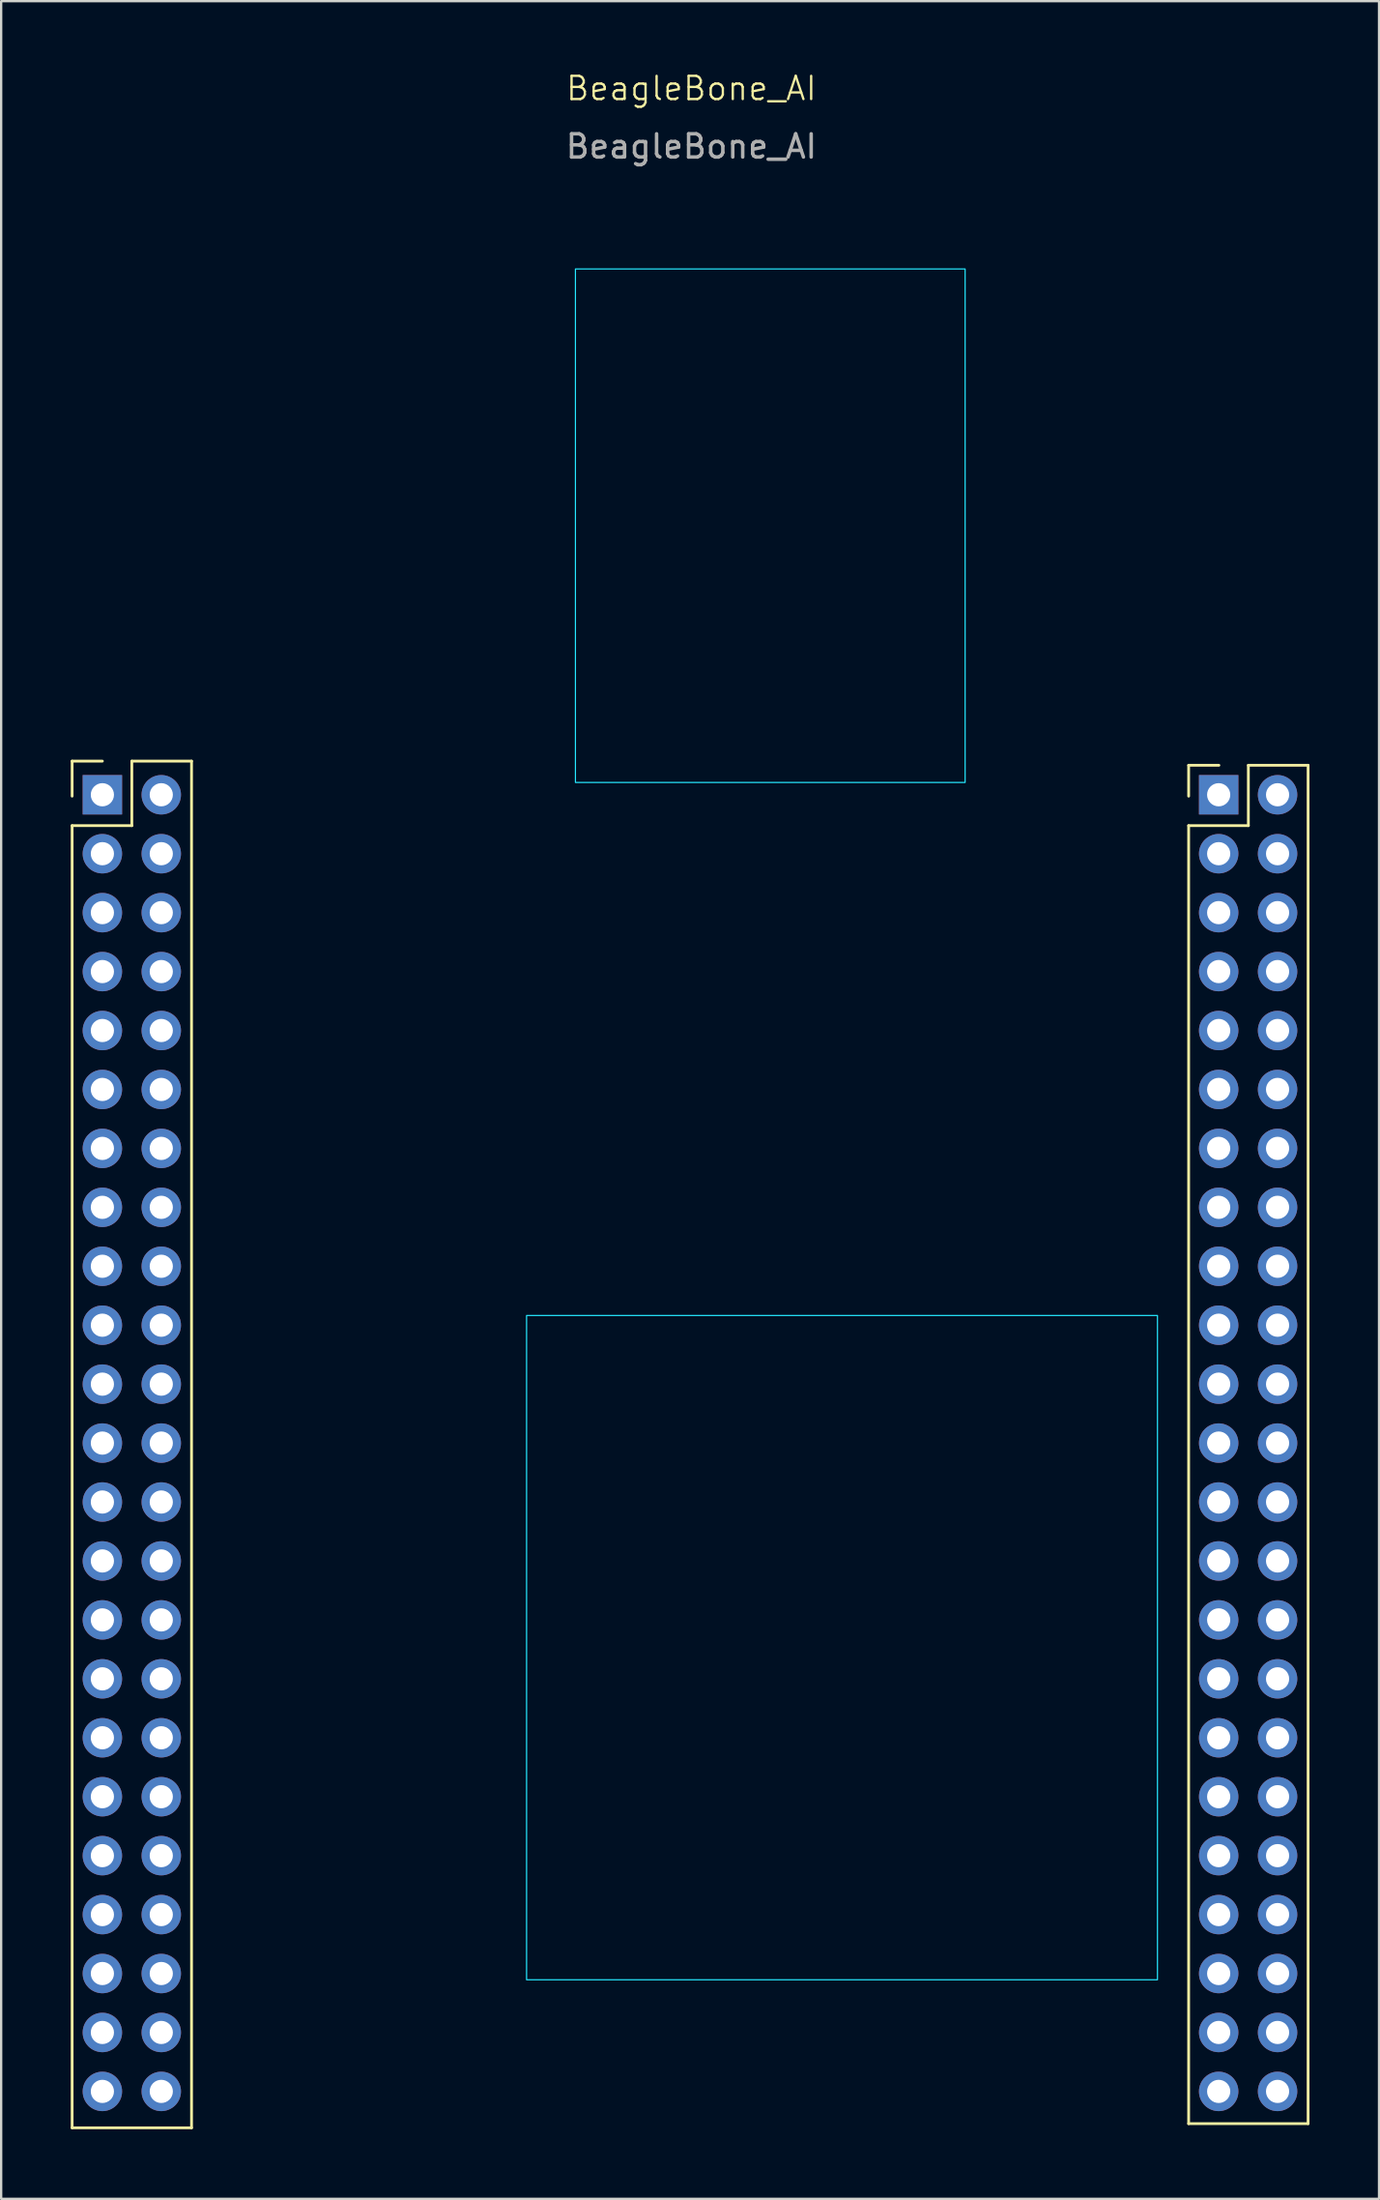
<source format=kicad_pcb>
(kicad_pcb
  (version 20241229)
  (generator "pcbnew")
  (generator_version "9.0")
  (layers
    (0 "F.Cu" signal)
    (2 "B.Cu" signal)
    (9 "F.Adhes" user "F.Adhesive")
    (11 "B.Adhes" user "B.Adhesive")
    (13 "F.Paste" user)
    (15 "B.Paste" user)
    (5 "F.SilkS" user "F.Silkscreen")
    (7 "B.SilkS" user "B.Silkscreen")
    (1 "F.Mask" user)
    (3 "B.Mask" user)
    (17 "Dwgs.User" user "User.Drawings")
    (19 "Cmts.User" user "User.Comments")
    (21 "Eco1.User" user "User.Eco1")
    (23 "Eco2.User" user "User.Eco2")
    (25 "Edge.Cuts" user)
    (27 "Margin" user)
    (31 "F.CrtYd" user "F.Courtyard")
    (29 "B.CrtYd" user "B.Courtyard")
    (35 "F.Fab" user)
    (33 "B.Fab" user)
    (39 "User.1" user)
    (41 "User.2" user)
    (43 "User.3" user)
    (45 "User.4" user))
  (footprint "BeagleBone_AI"
    (layer "F.Cu")
    (at 26.765 59.141)
    (property "Reference" "BeagleBone_AI" (at 0 -58.38 0) (unlocked yes) (layer "F.SilkS") (effects (font (size 1 1) (thickness 0.1))))
    (attr smd)
    (fp_line (start -26.705 -29.39) (end -25.4 -29.39) (stroke (width 0.12) (type solid)) (layer "F.SilkS"))
    (fp_line (start -26.705 -27.88) (end -26.705 -29.39) (stroke (width 0.12) (type solid)) (layer "F.SilkS"))
    (fp_line (start -26.705 -26.61) (end -26.705 29.51) (stroke (width 0.12) (type solid)) (layer "F.SilkS"))
    (fp_line (start -26.705 -26.61) (end -24.13 -26.61) (stroke (width 0.12) (type solid)) (layer "F.SilkS"))
    (fp_line (start -26.705 29.51) (end -21.555 29.51) (stroke (width 0.12) (type solid)) (layer "F.SilkS"))
    (fp_line (start -24.13 -29.39) (end -21.555 -29.39) (stroke (width 0.12) (type solid)) (layer "F.SilkS"))
    (fp_line (start -24.13 -26.61) (end -24.13 -29.39) (stroke (width 0.12) (type solid)) (layer "F.SilkS"))
    (fp_line (start -21.555 -29.39) (end -21.555 29.51) (stroke (width 0.12) (type solid)) (layer "F.SilkS"))
    (fp_line (start 21.445 -29.21) (end 22.75 -29.21) (stroke (width 0.12) (type solid)) (layer "F.SilkS"))
    (fp_line (start 21.445 -27.88) (end 21.445 -29.21) (stroke (width 0.12) (type solid)) (layer "F.SilkS"))
    (fp_line (start 21.445 -26.61) (end 21.445 29.33) (stroke (width 0.12) (type solid)) (layer "F.SilkS"))
    (fp_line (start 21.445 -26.61) (end 24.02 -26.61) (stroke (width 0.12) (type solid)) (layer "F.SilkS"))
    (fp_line (start 21.445 29.33) (end 26.596 29.33) (stroke (width 0.12) (type solid)) (layer "F.SilkS"))
    (fp_line (start 24.02 -29.21) (end 26.596 -29.21) (stroke (width 0.12) (type solid)) (layer "F.SilkS"))
    (fp_line (start 24.02 -26.61) (end 24.02 -29.21) (stroke (width 0.12) (type solid)) (layer "F.SilkS"))
    (fp_line (start 26.596 -29.21) (end 26.596 29.33) (stroke (width 0.12) (type solid)) (layer "F.SilkS"))
    (fp_rect (start -7.106 -5.5) (end 20.1 23.13) (stroke (width 0.05) (type solid)) (fill no) (layer "B.CrtYd"))
    (fp_rect (start -5 -50.6) (end 11.806 -28.47) (stroke (width 0.05) (type solid)) (fill no) (layer "B.CrtYd"))
    (fp_text user "${REFERENCE}" (at 0 -55.88 0) (unlocked yes) (layer "F.Fab") (effects (font (size 1 1) (thickness 0.15))))
    (pad "P8_1" thru_hole rect (at 22.74 -27.94) (size 1.7 1.7) (drill 1) (layers "*.Cu" "*.Mask"))
    (pad "P8_2" thru_hole oval (at 25.28 -27.94) (size 1.7 1.7) (drill 1) (layers "*.Cu" "*.Mask"))
    (pad "P8_3" thru_hole oval (at 22.74 -25.4) (size 1.7 1.7) (drill 1) (layers "*.Cu" "*.Mask"))
    (pad "P8_4" thru_hole oval (at 25.28 -25.4) (size 1.7 1.7) (drill 1) (layers "*.Cu" "*.Mask"))
    (pad "P8_5" thru_hole oval (at 22.74 -22.86) (size 1.7 1.7) (drill 1) (layers "*.Cu" "*.Mask"))
    (pad "P8_6" thru_hole oval (at 25.28 -22.86) (size 1.7 1.7) (drill 1) (layers "*.Cu" "*.Mask"))
    (pad "P8_7" thru_hole oval (at 22.74 -20.32) (size 1.7 1.7) (drill 1) (layers "*.Cu" "*.Mask"))
    (pad "P8_8" thru_hole oval (at 25.28 -20.32) (size 1.7 1.7) (drill 1) (layers "*.Cu" "*.Mask"))
    (pad "P8_9" thru_hole oval (at 22.74 -17.78) (size 1.7 1.7) (drill 1) (layers "*.Cu" "*.Mask"))
    (pad "P8_10" thru_hole oval (at 25.28 -17.78) (size 1.7 1.7) (drill 1) (layers "*.Cu" "*.Mask"))
    (pad "P8_11" thru_hole oval (at 22.74 -15.24) (size 1.7 1.7) (drill 1) (layers "*.Cu" "*.Mask"))
    (pad "P8_12" thru_hole oval (at 25.28 -15.24) (size 1.7 1.7) (drill 1) (layers "*.Cu" "*.Mask"))
    (pad "P8_13" thru_hole oval (at 22.74 -12.7) (size 1.7 1.7) (drill 1) (layers "*.Cu" "*.Mask"))
    (pad "P8_14" thru_hole oval (at 25.28 -12.7) (size 1.7 1.7) (drill 1) (layers "*.Cu" "*.Mask"))
    (pad "P8_15" thru_hole oval (at 22.74 -10.16) (size 1.7 1.7) (drill 1) (layers "*.Cu" "*.Mask"))
    (pad "P8_16" thru_hole oval (at 25.28 -10.16) (size 1.7 1.7) (drill 1) (layers "*.Cu" "*.Mask"))
    (pad "P8_17" thru_hole oval (at 22.74 -7.62) (size 1.7 1.7) (drill 1) (layers "*.Cu" "*.Mask"))
    (pad "P8_18" thru_hole oval (at 25.28 -7.62) (size 1.7 1.7) (drill 1) (layers "*.Cu" "*.Mask"))
    (pad "P8_19" thru_hole oval (at 22.74 -5.08) (size 1.7 1.7) (drill 1) (layers "*.Cu" "*.Mask"))
    (pad "P8_20" thru_hole oval (at 25.28 -5.08) (size 1.7 1.7) (drill 1) (layers "*.Cu" "*.Mask"))
    (pad "P8_21" thru_hole oval (at 22.74 -2.54) (size 1.7 1.7) (drill 1) (layers "*.Cu" "*.Mask"))
    (pad "P8_22" thru_hole oval (at 25.28 -2.54) (size 1.7 1.7) (drill 1) (layers "*.Cu" "*.Mask"))
    (pad "P8_23" thru_hole oval (at 22.74 0) (size 1.7 1.7) (drill 1) (layers "*.Cu" "*.Mask"))
    (pad "P8_24" thru_hole oval (at 25.28 0) (size 1.7 1.7) (drill 1) (layers "*.Cu" "*.Mask"))
    (pad "P8_25" thru_hole oval (at 22.74 2.54) (size 1.7 1.7) (drill 1) (layers "*.Cu" "*.Mask"))
    (pad "P8_26" thru_hole oval (at 25.28 2.54) (size 1.7 1.7) (drill 1) (layers "*.Cu" "*.Mask"))
    (pad "P8_27" thru_hole oval (at 22.74 5.08) (size 1.7 1.7) (drill 1) (layers "*.Cu" "*.Mask"))
    (pad "P8_28" thru_hole oval (at 25.28 5.08) (size 1.7 1.7) (drill 1) (layers "*.Cu" "*.Mask"))
    (pad "P8_29" thru_hole oval (at 22.74 7.62) (size 1.7 1.7) (drill 1) (layers "*.Cu" "*.Mask"))
    (pad "P8_30" thru_hole oval (at 25.28 7.62) (size 1.7 1.7) (drill 1) (layers "*.Cu" "*.Mask"))
    (pad "P8_31" thru_hole oval (at 22.74 10.16) (size 1.7 1.7) (drill 1) (layers "*.Cu" "*.Mask"))
    (pad "P8_32" thru_hole oval (at 25.28 10.16) (size 1.7 1.7) (drill 1) (layers "*.Cu" "*.Mask"))
    (pad "P8_33" thru_hole oval (at 22.74 12.7) (size 1.7 1.7) (drill 1) (layers "*.Cu" "*.Mask"))
    (pad "P8_34" thru_hole oval (at 25.28 12.7) (size 1.7 1.7) (drill 1) (layers "*.Cu" "*.Mask"))
    (pad "P8_35" thru_hole oval (at 22.74 15.24) (size 1.7 1.7) (drill 1) (layers "*.Cu" "*.Mask"))
    (pad "P8_36" thru_hole oval (at 25.28 15.24) (size 1.7 1.7) (drill 1) (layers "*.Cu" "*.Mask"))
    (pad "P8_37" thru_hole circle (at 22.74 17.78) (size 1.7 1.7) (drill 1) (layers "*.Cu" "*.Mask"))
    (pad "P8_38" thru_hole oval (at 25.28 17.78) (size 1.7 1.7) (drill 1) (layers "*.Cu" "*.Mask"))
    (pad "P8_39" thru_hole oval (at 22.74 20.32) (size 1.7 1.7) (drill 1) (layers "*.Cu" "*.Mask"))
    (pad "P8_40" thru_hole oval (at 25.28 20.32) (size 1.7 1.7) (drill 1) (layers "*.Cu" "*.Mask"))
    (pad "P8_41" thru_hole oval (at 22.74 22.86) (size 1.7 1.7) (drill 1) (layers "*.Cu" "*.Mask"))
    (pad "P8_42" thru_hole oval (at 25.28 22.86) (size 1.7 1.7) (drill 1) (layers "*.Cu" "*.Mask"))
    (pad "P8_43" thru_hole oval (at 22.74 25.4) (size 1.7 1.7) (drill 1) (layers "*.Cu" "*.Mask"))
    (pad "P8_44" thru_hole oval (at 25.28 25.4) (size 1.7 1.7) (drill 1) (layers "*.Cu" "*.Mask"))
    (pad "P8_45" thru_hole oval (at 22.74 27.94) (size 1.7 1.7) (drill 1) (layers "*.Cu" "*.Mask"))
    (pad "P8_46" thru_hole oval (at 25.28 27.94) (size 1.7 1.7) (drill 1) (layers "*.Cu" "*.Mask"))
    (pad "P9_1" thru_hole rect (at -25.4 -27.94) (size 1.7 1.7) (drill 1) (layers "*.Cu" "*.Mask"))
    (pad "P9_2" thru_hole oval (at -22.86 -27.94) (size 1.7 1.7) (drill 1) (layers "*.Cu" "*.Mask"))
    (pad "P9_3" thru_hole oval (at -25.4 -25.4) (size 1.7 1.7) (drill 1) (layers "*.Cu" "*.Mask"))
    (pad "P9_4" thru_hole oval (at -22.86 -25.4) (size 1.7 1.7) (drill 1) (layers "*.Cu" "*.Mask"))
    (pad "P9_5" thru_hole oval (at -25.4 -22.86) (size 1.7 1.7) (drill 1) (layers "*.Cu" "*.Mask"))
    (pad "P9_6" thru_hole oval (at -22.86 -22.86) (size 1.7 1.7) (drill 1) (layers "*.Cu" "*.Mask"))
    (pad "P9_7" thru_hole oval (at -25.4 -20.32) (size 1.7 1.7) (drill 1) (layers "*.Cu" "*.Mask"))
    (pad "P9_8" thru_hole oval (at -22.86 -20.32) (size 1.7 1.7) (drill 1) (layers "*.Cu" "*.Mask"))
    (pad "P9_9" thru_hole oval (at -25.4 -17.78) (size 1.7 1.7) (drill 1) (layers "*.Cu" "*.Mask"))
    (pad "P9_10" thru_hole oval (at -22.86 -17.78) (size 1.7 1.7) (drill 1) (layers "*.Cu" "*.Mask"))
    (pad "P9_11" thru_hole oval (at -25.4 -15.24) (size 1.7 1.7) (drill 1) (layers "*.Cu" "*.Mask"))
    (pad "P9_12" thru_hole oval (at -22.86 -15.24) (size 1.7 1.7) (drill 1) (layers "*.Cu" "*.Mask"))
    (pad "P9_13" thru_hole oval (at -25.4 -12.7) (size 1.7 1.7) (drill 1) (layers "*.Cu" "*.Mask"))
    (pad "P9_14" thru_hole oval (at -22.86 -12.7) (size 1.7 1.7) (drill 1) (layers "*.Cu" "*.Mask"))
    (pad "P9_15" thru_hole oval (at -25.4 -10.16) (size 1.7 1.7) (drill 1) (layers "*.Cu" "*.Mask"))
    (pad "P9_16" thru_hole oval (at -22.86 -10.16) (size 1.7 1.7) (drill 1) (layers "*.Cu" "*.Mask"))
    (pad "P9_17" thru_hole oval (at -25.4 -7.62) (size 1.7 1.7) (drill 1) (layers "*.Cu" "*.Mask"))
    (pad "P9_18" thru_hole oval (at -22.86 -7.62) (size 1.7 1.7) (drill 1) (layers "*.Cu" "*.Mask"))
    (pad "P9_19" thru_hole oval (at -25.4 -5.08) (size 1.7 1.7) (drill 1) (layers "*.Cu" "*.Mask"))
    (pad "P9_20" thru_hole oval (at -22.86 -5.08) (size 1.7 1.7) (drill 1) (layers "*.Cu" "*.Mask"))
    (pad "P9_21" thru_hole oval (at -25.4 -2.54) (size 1.7 1.7) (drill 1) (layers "*.Cu" "*.Mask"))
    (pad "P9_22" thru_hole oval (at -22.86 -2.54) (size 1.7 1.7) (drill 1) (layers "*.Cu" "*.Mask"))
    (pad "P9_23" thru_hole oval (at -25.4 0) (size 1.7 1.7) (drill 1) (layers "*.Cu" "*.Mask"))
    (pad "P9_24" thru_hole oval (at -22.86 0) (size 1.7 1.7) (drill 1) (layers "*.Cu" "*.Mask"))
    (pad "P9_25" thru_hole oval (at -25.4 2.54) (size 1.7 1.7) (drill 1) (layers "*.Cu" "*.Mask"))
    (pad "P9_26" thru_hole oval (at -22.86 2.54) (size 1.7 1.7) (drill 1) (layers "*.Cu" "*.Mask"))
    (pad "P9_27" thru_hole oval (at -25.4 5.08) (size 1.7 1.7) (drill 1) (layers "*.Cu" "*.Mask"))
    (pad "P9_28" thru_hole oval (at -22.86 5.08) (size 1.7 1.7) (drill 1) (layers "*.Cu" "*.Mask"))
    (pad "P9_29" thru_hole oval (at -25.4 7.62) (size 1.7 1.7) (drill 1) (layers "*.Cu" "*.Mask"))
    (pad "P9_30" thru_hole oval (at -22.86 7.62) (size 1.7 1.7) (drill 1) (layers "*.Cu" "*.Mask"))
    (pad "P9_31" thru_hole oval (at -25.4 10.16) (size 1.7 1.7) (drill 1) (layers "*.Cu" "*.Mask"))
    (pad "P9_32" thru_hole oval (at -22.86 10.16) (size 1.7 1.7) (drill 1) (layers "*.Cu" "*.Mask"))
    (pad "P9_33" thru_hole oval (at -25.4 12.7) (size 1.7 1.7) (drill 1) (layers "*.Cu" "*.Mask"))
    (pad "P9_34" thru_hole oval (at -22.86 12.7) (size 1.7 1.7) (drill 1) (layers "*.Cu" "*.Mask"))
    (pad "P9_35" thru_hole oval (at -25.4 15.24) (size 1.7 1.7) (drill 1) (layers "*.Cu" "*.Mask"))
    (pad "P9_36" thru_hole oval (at -22.86 15.24) (size 1.7 1.7) (drill 1) (layers "*.Cu" "*.Mask"))
    (pad "P9_37" thru_hole circle (at -25.4 17.78) (size 1.7 1.7) (drill 1) (layers "*.Cu" "*.Mask"))
    (pad "P9_38" thru_hole oval (at -22.86 17.78) (size 1.7 1.7) (drill 1) (layers "*.Cu" "*.Mask"))
    (pad "P9_39" thru_hole oval (at -25.4 20.32) (size 1.7 1.7) (drill 1) (layers "*.Cu" "*.Mask"))
    (pad "P9_40" thru_hole oval (at -22.86 20.32) (size 1.7 1.7) (drill 1) (layers "*.Cu" "*.Mask"))
    (pad "P9_41" thru_hole oval (at -25.4 22.86) (size 1.7 1.7) (drill 1) (layers "*.Cu" "*.Mask"))
    (pad "P9_42" thru_hole oval (at -22.86 22.86) (size 1.7 1.7) (drill 1) (layers "*.Cu" "*.Mask"))
    (pad "P9_43" thru_hole oval (at -25.4 25.4) (size 1.7 1.7) (drill 1) (layers "*.Cu" "*.Mask"))
    (pad "P9_44" thru_hole oval (at -22.86 25.4) (size 1.7 1.7) (drill 1) (layers "*.Cu" "*.Mask"))
    (pad "P9_45" thru_hole oval (at -25.4 27.94) (size 1.7 1.7) (drill 1) (layers "*.Cu" "*.Mask"))
    (pad "P9_46" thru_hole oval (at -22.86 27.94) (size 1.7 1.7) (drill 1) (layers "*.Cu" "*.Mask")))
  (gr_rect
    (start -3 -3)
    (end 56.42 91.71)
    (stroke (width 0.1) (type default))
    (fill no)
    (layer "Edge.Cuts")))
</source>
